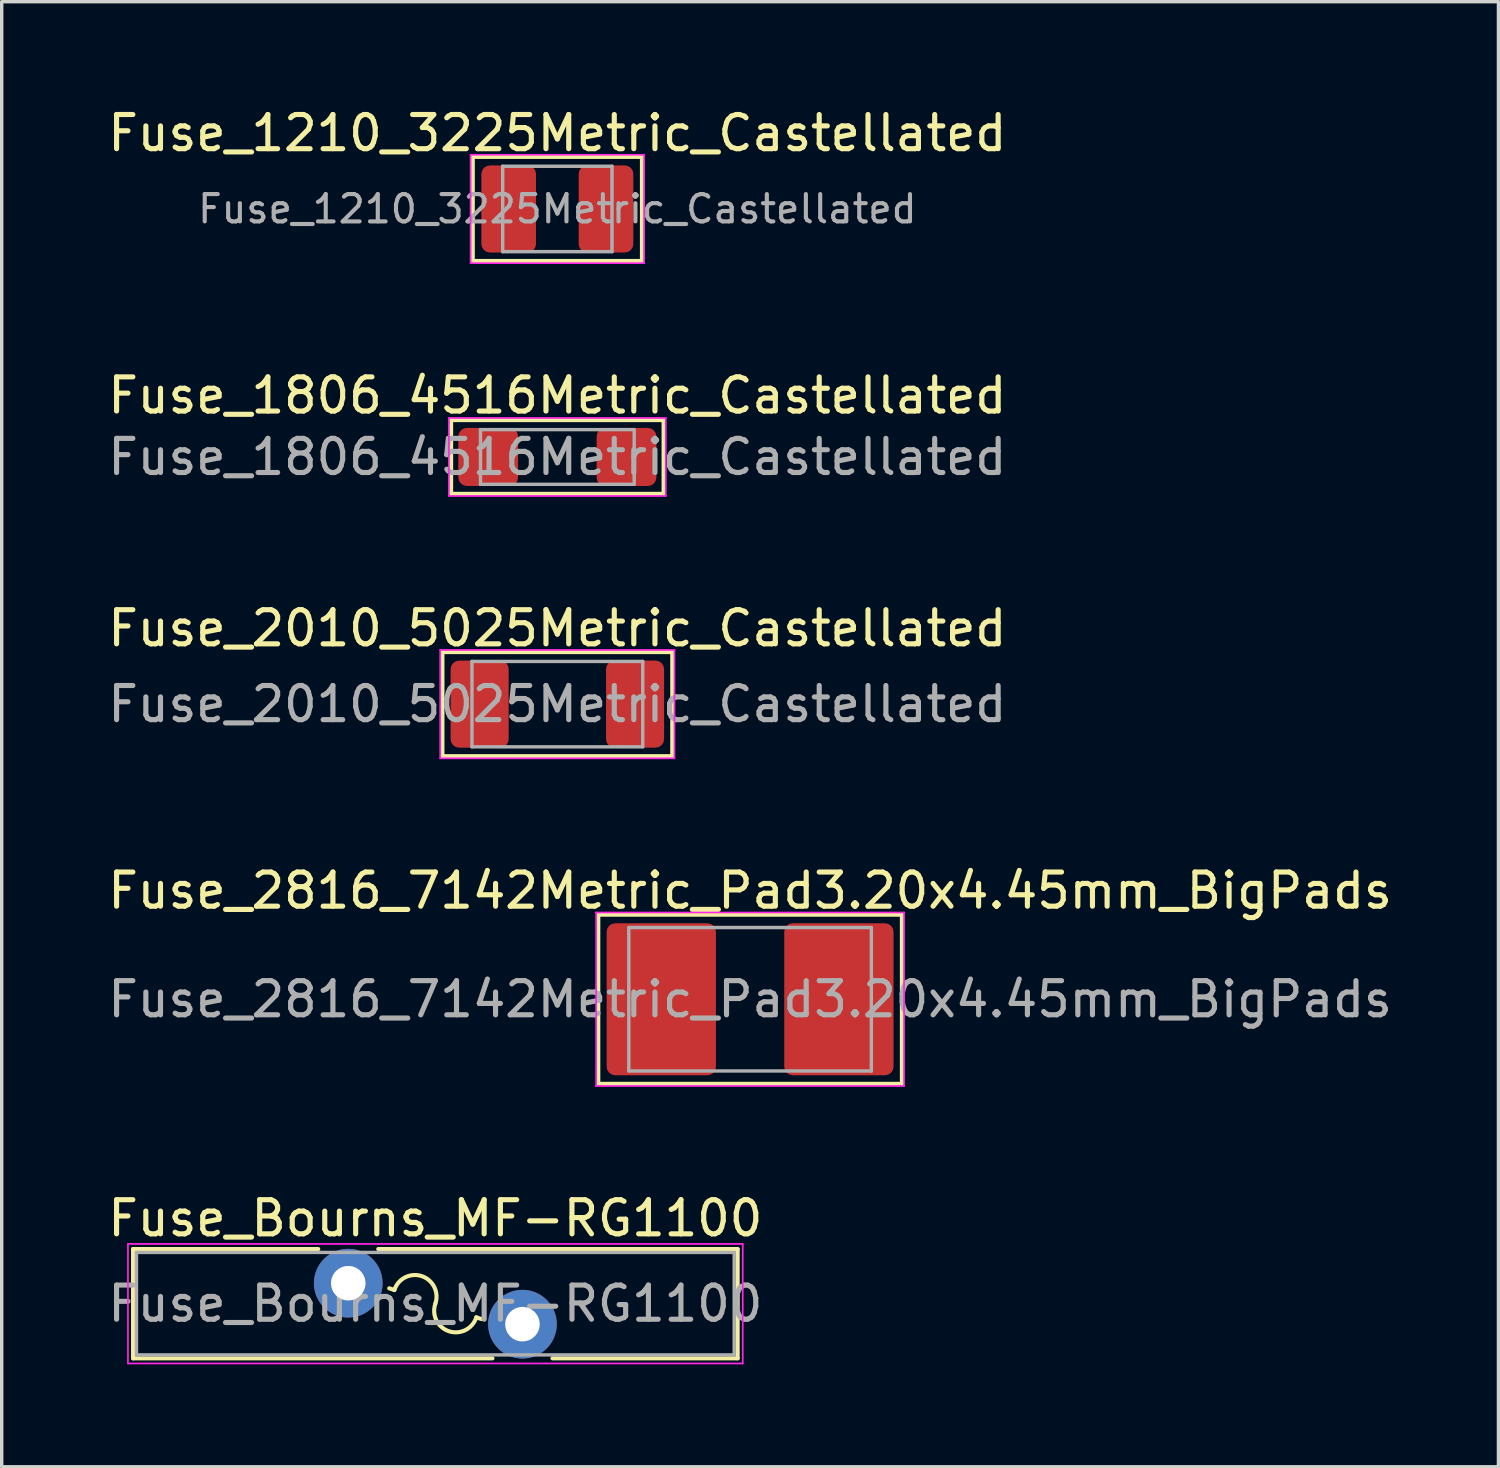
<source format=kicad_pcb>
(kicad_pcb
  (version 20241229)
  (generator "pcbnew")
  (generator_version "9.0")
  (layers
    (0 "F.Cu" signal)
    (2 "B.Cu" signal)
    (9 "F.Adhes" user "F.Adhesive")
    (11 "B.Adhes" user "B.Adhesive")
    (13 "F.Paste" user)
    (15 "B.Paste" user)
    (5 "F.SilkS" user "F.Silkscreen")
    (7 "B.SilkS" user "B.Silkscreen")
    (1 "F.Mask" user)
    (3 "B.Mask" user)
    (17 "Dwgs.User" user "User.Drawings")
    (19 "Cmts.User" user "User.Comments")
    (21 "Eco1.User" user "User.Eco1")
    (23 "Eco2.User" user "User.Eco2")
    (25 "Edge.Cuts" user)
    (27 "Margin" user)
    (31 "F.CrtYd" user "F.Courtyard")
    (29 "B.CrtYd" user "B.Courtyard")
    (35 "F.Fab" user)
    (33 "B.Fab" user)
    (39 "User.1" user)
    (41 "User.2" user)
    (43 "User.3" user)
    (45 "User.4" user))
  (footprint "Fuse_Bourns_MF-RG1100"
    (layer "F.Cu")
    (at 7.146 34.519)
    (property "Reference" "Fuse_Bourns_MF-RG1100" (at 2.55 -1.9 0) (layer "F.SilkS") (effects (font (size 1 1) (thickness 0.15))))
    (fp_line (start -6.3 -1) (end -6.3 2.2) (stroke (width 0.12) (type solid)) (layer "F.SilkS"))
    (fp_line (start -6.3 -1) (end -0.879 -1) (stroke (width 0.12) (type solid)) (layer "F.SilkS"))
    (fp_line (start -6.3 2.2) (end 4.222 2.2) (stroke (width 0.12) (type solid)) (layer "F.SilkS"))
    (fp_line (start 0.879 -1) (end 11.4 -1) (stroke (width 0.12) (type solid)) (layer "F.SilkS"))
    (fp_line (start 1.2 0.15) (end 1.35 0.2) (stroke (width 0.12) (type solid)) (layer "F.SilkS"))
    (fp_line (start 3.75 1) (end 3.9 1.05) (stroke (width 0.12) (type solid)) (layer "F.SilkS"))
    (fp_line (start 5.979 2.2) (end 11.4 2.2) (stroke (width 0.12) (type solid)) (layer "F.SilkS"))
    (fp_line (start 11.4 -1) (end 11.4 2.2) (stroke (width 0.12) (type solid)) (layer "F.SilkS"))
    (fp_arc (start 1.350003 0.200002) (mid 2.150001 -0.199998) (end 2.550001 0.6) (stroke (width 0.12) (type solid)) (layer "F.SilkS"))
    (fp_arc (start 3.749999 0.999998) (mid 2.950001 1.399998) (end 2.550001 0.6) (stroke (width 0.12) (type solid)) (layer "F.SilkS"))
    (fp_line (start -6.45 -1.15) (end -6.45 2.35) (stroke (width 0.05) (type solid)) (layer "F.CrtYd"))
    (fp_line (start -6.45 2.35) (end 11.55 2.35) (stroke (width 0.05) (type solid)) (layer "F.CrtYd"))
    (fp_line (start 11.55 -1.15) (end -6.45 -1.15) (stroke (width 0.05) (type solid)) (layer "F.CrtYd"))
    (fp_line (start 11.55 2.35) (end 11.55 -1.15) (stroke (width 0.05) (type solid)) (layer "F.CrtYd"))
    (fp_line (start -6.2 -0.9) (end -6.2 2.1) (stroke (width 0.1) (type solid)) (layer "F.Fab"))
    (fp_line (start -6.2 2.1) (end 11.3 2.1) (stroke (width 0.1) (type solid)) (layer "F.Fab"))
    (fp_line (start 11.3 -0.9) (end -6.2 -0.9) (stroke (width 0.1) (type solid)) (layer "F.Fab"))
    (fp_line (start 11.3 2.1) (end 11.3 -0.9) (stroke (width 0.1) (type solid)) (layer "F.Fab"))
    (fp_text user "${REFERENCE}" (at 2.55 0.6 0) (layer "F.Fab") (effects (font (size 1 1) (thickness 0.15))))
    (pad "1" thru_hole circle (at 0 0) (size 2.01 2.01) (drill 1.01) (layers "*.Cu" "*.Mask"))
    (pad "2" thru_hole circle (at 5.1 1.2) (size 2.01 2.01) (drill 1.01) (layers "*.Cu" "*.Mask")))
  (footprint "Fuse_1210_3225Metric_Castellated"
    (layer "F.Cu")
    (at 13.268 3.068)
    (property "Reference" "Fuse_1210_3225Metric_Castellated" (at 0 -2.22 0) (layer "F.SilkS") (effects (font (size 1 1) (thickness 0.15))))
    (attr smd)
    (fp_line (start -2.477 -1.524) (end 2.477 -1.524) (stroke (width 0.12) (type solid)) (layer "F.SilkS"))
    (fp_line (start -2.477 1.524) (end -2.477 -1.524) (stroke (width 0.12) (type solid)) (layer "F.SilkS"))
    (fp_line (start 2.477 -1.524) (end 2.477 1.524) (stroke (width 0.12) (type solid)) (layer "F.SilkS"))
    (fp_line (start 2.477 1.524) (end -2.477 1.524) (stroke (width 0.12) (type solid)) (layer "F.SilkS"))
    (fp_line (start -2.54 -1.587) (end 2.54 -1.587) (stroke (width 0.05) (type solid)) (layer "F.CrtYd"))
    (fp_line (start -2.54 1.587) (end -2.54 -1.587) (stroke (width 0.05) (type solid)) (layer "F.CrtYd"))
    (fp_line (start 2.54 -1.587) (end 2.54 1.587) (stroke (width 0.05) (type solid)) (layer "F.CrtYd"))
    (fp_line (start 2.54 1.587) (end -2.54 1.587) (stroke (width 0.05) (type solid)) (layer "F.CrtYd"))
    (fp_line (start -1.6 -1.25) (end 1.6 -1.25) (stroke (width 0.1) (type solid)) (layer "F.Fab"))
    (fp_line (start -1.6 1.25) (end -1.6 -1.25) (stroke (width 0.1) (type solid)) (layer "F.Fab"))
    (fp_line (start 1.6 -1.25) (end 1.6 1.25) (stroke (width 0.1) (type solid)) (layer "F.Fab"))
    (fp_line (start 1.6 1.25) (end -1.6 1.25) (stroke (width 0.1) (type solid)) (layer "F.Fab"))
    (fp_text user "${REFERENCE}" (at 0 0 0) (layer "F.Fab") (effects (font (size 0.8 0.8) (thickness 0.12))))
    (pad "1" smd roundrect (at -1.425 0) (size 1.6 2.55) (layers "F.Cu" "F.Mask" "F.Paste") (roundrect_rratio 0.156))
    (pad "2" smd roundrect (at 1.425 0) (size 1.6 2.55) (layers "F.Cu" "F.Mask" "F.Paste") (roundrect_rratio 0.156)))
  (footprint "Fuse_2010_5025Metric_Castellated"
    (layer "F.Cu")
    (at 13.268 17.565)
    (property "Reference" "Fuse_2010_5025Metric_Castellated" (at 0 -2.22 0) (layer "F.SilkS") (effects (font (size 1 1) (thickness 0.15))))
    (attr smd)
    (fp_line (start -3.365 -1.524) (end 3.365 -1.524) (stroke (width 0.12) (type solid)) (layer "F.SilkS"))
    (fp_line (start -3.365 1.524) (end -3.365 -1.524) (stroke (width 0.12) (type solid)) (layer "F.SilkS"))
    (fp_line (start 3.365 -1.524) (end 3.365 1.524) (stroke (width 0.12) (type solid)) (layer "F.SilkS"))
    (fp_line (start 3.365 1.524) (end -3.365 1.524) (stroke (width 0.12) (type solid)) (layer "F.SilkS"))
    (fp_line (start -3.429 -1.587) (end 3.429 -1.587) (stroke (width 0.05) (type solid)) (layer "F.CrtYd"))
    (fp_line (start -3.429 1.587) (end -3.429 -1.587) (stroke (width 0.05) (type solid)) (layer "F.CrtYd"))
    (fp_line (start 3.429 -1.587) (end 3.429 1.587) (stroke (width 0.05) (type solid)) (layer "F.CrtYd"))
    (fp_line (start 3.429 1.587) (end -3.429 1.587) (stroke (width 0.05) (type solid)) (layer "F.CrtYd"))
    (fp_line (start -2.5 -1.25) (end 2.5 -1.25) (stroke (width 0.1) (type solid)) (layer "F.Fab"))
    (fp_line (start -2.5 1.25) (end -2.5 -1.25) (stroke (width 0.1) (type solid)) (layer "F.Fab"))
    (fp_line (start 2.5 -1.25) (end 2.5 1.25) (stroke (width 0.1) (type solid)) (layer "F.Fab"))
    (fp_line (start 2.5 1.25) (end -2.5 1.25) (stroke (width 0.1) (type solid)) (layer "F.Fab"))
    (fp_text user "${REFERENCE}" (at 0 0 0) (layer "F.Fab") (effects (font (size 1 1) (thickness 0.15))))
    (pad "1" smd roundrect (at -2.275 0) (size 1.7 2.55) (layers "F.Cu" "F.Mask" "F.Paste") (roundrect_rratio 0.147))
    (pad "2" smd roundrect (at 2.275 0) (size 1.7 2.55) (layers "F.Cu" "F.Mask" "F.Paste") (roundrect_rratio 0.147)))
  (footprint "Fuse_1806_4516Metric_Castellated"
    (layer "F.Cu")
    (at 13.268 10.329)
    (property "Reference" "Fuse_1806_4516Metric_Castellated" (at 0 -1.8 0) (layer "F.SilkS") (effects (font (size 1 1) (thickness 0.15))))
    (attr smd)
    (fp_line (start -3.111 -1.079) (end 3.111 -1.079) (stroke (width 0.12) (type solid)) (layer "F.SilkS"))
    (fp_line (start -3.111 1.079) (end -3.111 -1.079) (stroke (width 0.12) (type solid)) (layer "F.SilkS"))
    (fp_line (start 3.111 -1.079) (end 3.111 1.079) (stroke (width 0.12) (type solid)) (layer "F.SilkS"))
    (fp_line (start 3.111 1.079) (end -3.111 1.079) (stroke (width 0.12) (type solid)) (layer "F.SilkS"))
    (fp_line (start -3.175 -1.143) (end 3.175 -1.143) (stroke (width 0.05) (type solid)) (layer "F.CrtYd"))
    (fp_line (start -3.175 1.143) (end -3.175 -1.143) (stroke (width 0.05) (type solid)) (layer "F.CrtYd"))
    (fp_line (start 3.175 -1.143) (end 3.175 1.143) (stroke (width 0.05) (type solid)) (layer "F.CrtYd"))
    (fp_line (start 3.175 1.143) (end -3.175 1.143) (stroke (width 0.05) (type solid)) (layer "F.CrtYd"))
    (fp_line (start -2.25 -0.8) (end 2.25 -0.8) (stroke (width 0.1) (type solid)) (layer "F.Fab"))
    (fp_line (start -2.25 0.8) (end -2.25 -0.8) (stroke (width 0.1) (type solid)) (layer "F.Fab"))
    (fp_line (start 2.25 -0.8) (end 2.25 0.8) (stroke (width 0.1) (type solid)) (layer "F.Fab"))
    (fp_line (start 2.25 0.8) (end -2.25 0.8) (stroke (width 0.1) (type solid)) (layer "F.Fab"))
    (fp_text user "${REFERENCE}" (at 0 0 0) (layer "F.Fab") (effects (font (size 1 1) (thickness 0.15))))
    (pad "1" smd roundrect (at -2.025 0) (size 1.75 1.7) (layers "F.Cu" "F.Mask" "F.Paste") (roundrect_rratio 0.147))
    (pad "2" smd roundrect (at 2.025 0) (size 1.75 1.7) (layers "F.Cu" "F.Mask" "F.Paste") (roundrect_rratio 0.147)))
  (footprint "Fuse_2816_7142Metric_Pad3.20x4.45mm_BigPads"
    (layer "F.Cu")
    (at 18.911 26.206)
    (property "Reference" "Fuse_2816_7142Metric_Pad3.20x4.45mm_BigPads" (at 0 -3.18 0) (layer "F.SilkS") (effects (font (size 1 1) (thickness 0.15))))
    (attr smd)
    (fp_line (start -4.445 -2.477) (end 4.445 -2.477) (stroke (width 0.12) (type solid)) (layer "F.SilkS"))
    (fp_line (start -4.445 2.477) (end -4.445 -2.477) (stroke (width 0.12) (type solid)) (layer "F.SilkS"))
    (fp_line (start 4.445 -2.477) (end 4.445 2.477) (stroke (width 0.12) (type solid)) (layer "F.SilkS"))
    (fp_line (start 4.445 2.477) (end -4.445 2.477) (stroke (width 0.12) (type solid)) (layer "F.SilkS"))
    (fp_line (start -4.508 -2.54) (end 4.508 -2.54) (stroke (width 0.05) (type solid)) (layer "F.CrtYd"))
    (fp_line (start -4.508 2.54) (end -4.508 -2.54) (stroke (width 0.05) (type solid)) (layer "F.CrtYd"))
    (fp_line (start 4.508 -2.54) (end 4.508 2.54) (stroke (width 0.05) (type solid)) (layer "F.CrtYd"))
    (fp_line (start 4.508 2.54) (end -4.508 2.54) (stroke (width 0.05) (type solid)) (layer "F.CrtYd"))
    (fp_line (start -3.55 -2.1) (end 3.55 -2.1) (stroke (width 0.1) (type solid)) (layer "F.Fab"))
    (fp_line (start -3.55 2.1) (end -3.55 -2.1) (stroke (width 0.1) (type solid)) (layer "F.Fab"))
    (fp_line (start 3.55 -2.1) (end 3.55 2.1) (stroke (width 0.1) (type solid)) (layer "F.Fab"))
    (fp_line (start 3.55 2.1) (end -3.55 2.1) (stroke (width 0.1) (type solid)) (layer "F.Fab"))
    (fp_text user "${REFERENCE}" (at 0 0 0) (layer "F.Fab") (effects (font (size 1 1) (thickness 0.15))))
    (pad "1" smd roundrect (at -2.6 0) (size 3.2 4.45) (layers "F.Cu" "F.Mask" "F.Paste") (roundrect_rratio 0.078))
    (pad "2" smd roundrect (at 2.6 0) (size 3.2 4.45) (layers "F.Cu" "F.Mask" "F.Paste") (roundrect_rratio 0.078)))
  (gr_rect
    (start -3 -3)
    (end 40.821 39.894)
    (stroke (width 0.1) (type default))
    (fill no)
    (layer "Edge.Cuts")))
</source>
